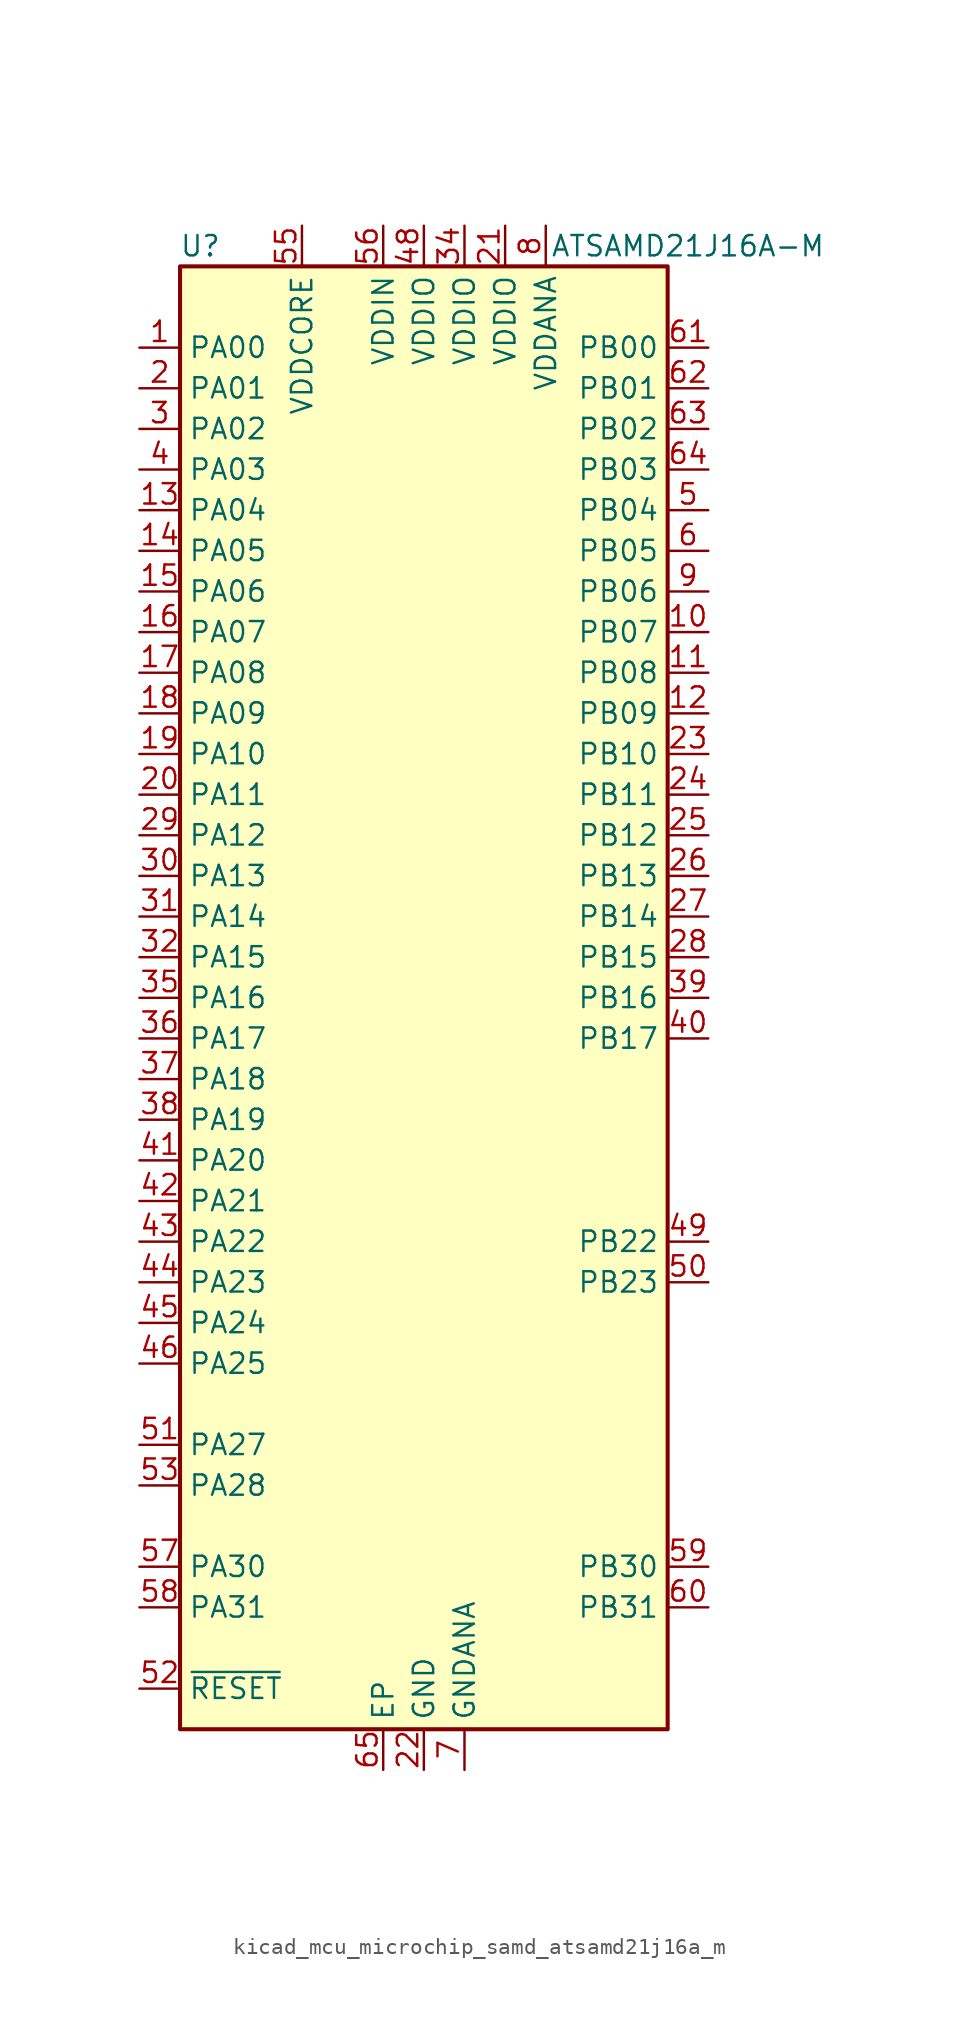
<source format=kicad_sym>
(kicad_symbol_lib
  (version 20220914)
  (generator kicad_symbol_editor)
  (symbol "kicad_mcu_microchip_samd_atsamd21j16a_m"
    (property "Reference" "U"
      (at -13.97 46.99 0)
      (effects (font (size 1.27 1.27))))
    (property "Value" "ATSAMD21J16A-M"
      (at 16.51 46.99 0)
      (effects (font (size 1.27 1.27))))
    (symbol "kicad_mcu_microchip_samd_atsamd21j16a_m_0_1"
      (rectangle (start -15.24 45.72) (end 15.24 -45.72) (stroke (width 0.254) (type default)) (fill (type background))))
    (symbol "kicad_mcu_microchip_samd_atsamd21j16a_m_1_1"
      (pin bidirectional line (at -17.78 40.64 0) (length 2.54) (name "PA00" (effects (font (size 1.27 1.27)))) (number "1" (effects (font (size 1.27 1.27)))))
      (pin bidirectional line (at 17.78 22.86 180) (length 2.54) (name "PB07" (effects (font (size 1.27 1.27)))) (number "10" (effects (font (size 1.27 1.27)))))
      (pin bidirectional line (at 17.78 20.32 180) (length 2.54) (name "PB08" (effects (font (size 1.27 1.27)))) (number "11" (effects (font (size 1.27 1.27)))))
      (pin bidirectional line (at 17.78 17.78 180) (length 2.54) (name "PB09" (effects (font (size 1.27 1.27)))) (number "12" (effects (font (size 1.27 1.27)))))
      (pin bidirectional line (at -17.78 30.48 0) (length 2.54) (name "PA04" (effects (font (size 1.27 1.27)))) (number "13" (effects (font (size 1.27 1.27)))))
      (pin bidirectional line (at -17.78 27.94 0) (length 2.54) (name "PA05" (effects (font (size 1.27 1.27)))) (number "14" (effects (font (size 1.27 1.27)))))
      (pin bidirectional line (at -17.78 25.4 0) (length 2.54) (name "PA06" (effects (font (size 1.27 1.27)))) (number "15" (effects (font (size 1.27 1.27)))))
      (pin bidirectional line (at -17.78 22.86 0) (length 2.54) (name "PA07" (effects (font (size 1.27 1.27)))) (number "16" (effects (font (size 1.27 1.27)))))
      (pin bidirectional line (at -17.78 20.32 0) (length 2.54) (name "PA08" (effects (font (size 1.27 1.27)))) (number "17" (effects (font (size 1.27 1.27)))))
      (pin bidirectional line (at -17.78 17.78 0) (length 2.54) (name "PA09" (effects (font (size 1.27 1.27)))) (number "18" (effects (font (size 1.27 1.27)))))
      (pin bidirectional line (at -17.78 15.24 0) (length 2.54) (name "PA10" (effects (font (size 1.27 1.27)))) (number "19" (effects (font (size 1.27 1.27)))))
      (pin bidirectional line (at -17.78 38.1 0) (length 2.54) (name "PA01" (effects (font (size 1.27 1.27)))) (number "2" (effects (font (size 1.27 1.27)))))
      (pin bidirectional line (at -17.78 12.7 0) (length 2.54) (name "PA11" (effects (font (size 1.27 1.27)))) (number "20" (effects (font (size 1.27 1.27)))))
      (pin power_in line (at 5.08 48.26 270) (length 2.54) (name "VDDIO" (effects (font (size 1.27 1.27)))) (number "21" (effects (font (size 1.27 1.27)))))
      (pin power_in line (at 0 -48.26 90) (length 2.54) (name "GND" (effects (font (size 1.27 1.27)))) (number "22" (effects (font (size 1.27 1.27)))))
      (pin bidirectional line (at 17.78 15.24 180) (length 2.54) (name "PB10" (effects (font (size 1.27 1.27)))) (number "23" (effects (font (size 1.27 1.27)))))
      (pin bidirectional line (at 17.78 12.7 180) (length 2.54) (name "PB11" (effects (font (size 1.27 1.27)))) (number "24" (effects (font (size 1.27 1.27)))))
      (pin bidirectional line (at 17.78 10.16 180) (length 2.54) (name "PB12" (effects (font (size 1.27 1.27)))) (number "25" (effects (font (size 1.27 1.27)))))
      (pin bidirectional line (at 17.78 7.62 180) (length 2.54) (name "PB13" (effects (font (size 1.27 1.27)))) (number "26" (effects (font (size 1.27 1.27)))))
      (pin bidirectional line (at 17.78 5.08 180) (length 2.54) (name "PB14" (effects (font (size 1.27 1.27)))) (number "27" (effects (font (size 1.27 1.27)))))
      (pin bidirectional line (at 17.78 2.54 180) (length 2.54) (name "PB15" (effects (font (size 1.27 1.27)))) (number "28" (effects (font (size 1.27 1.27)))))
      (pin bidirectional line (at -17.78 10.16 0) (length 2.54) (name "PA12" (effects (font (size 1.27 1.27)))) (number "29" (effects (font (size 1.27 1.27)))))
      (pin bidirectional line (at -17.78 35.56 0) (length 2.54) (name "PA02" (effects (font (size 1.27 1.27)))) (number "3" (effects (font (size 1.27 1.27)))))
      (pin bidirectional line (at -17.78 7.62 0) (length 2.54) (name "PA13" (effects (font (size 1.27 1.27)))) (number "30" (effects (font (size 1.27 1.27)))))
      (pin bidirectional line (at -17.78 5.08 0) (length 2.54) (name "PA14" (effects (font (size 1.27 1.27)))) (number "31" (effects (font (size 1.27 1.27)))))
      (pin bidirectional line (at -17.78 2.54 0) (length 2.54) (name "PA15" (effects (font (size 1.27 1.27)))) (number "32" (effects (font (size 1.27 1.27)))))
      (pin passive line (at 0 -48.26 90) (length 2.54) hide (name "GND" (effects (font (size 1.27 1.27)))) (number "33" (effects (font (size 1.27 1.27)))))
      (pin power_in line (at 2.54 48.26 270) (length 2.54) (name "VDDIO" (effects (font (size 1.27 1.27)))) (number "34" (effects (font (size 1.27 1.27)))))
      (pin bidirectional line (at -17.78 0 0) (length 2.54) (name "PA16" (effects (font (size 1.27 1.27)))) (number "35" (effects (font (size 1.27 1.27)))))
      (pin bidirectional line (at -17.78 -2.54 0) (length 2.54) (name "PA17" (effects (font (size 1.27 1.27)))) (number "36" (effects (font (size 1.27 1.27)))))
      (pin bidirectional line (at -17.78 -5.08 0) (length 2.54) (name "PA18" (effects (font (size 1.27 1.27)))) (number "37" (effects (font (size 1.27 1.27)))))
      (pin bidirectional line (at -17.78 -7.62 0) (length 2.54) (name "PA19" (effects (font (size 1.27 1.27)))) (number "38" (effects (font (size 1.27 1.27)))))
      (pin bidirectional line (at 17.78 0 180) (length 2.54) (name "PB16" (effects (font (size 1.27 1.27)))) (number "39" (effects (font (size 1.27 1.27)))))
      (pin bidirectional line (at -17.78 33.02 0) (length 2.54) (name "PA03" (effects (font (size 1.27 1.27)))) (number "4" (effects (font (size 1.27 1.27)))))
      (pin bidirectional line (at 17.78 -2.54 180) (length 2.54) (name "PB17" (effects (font (size 1.27 1.27)))) (number "40" (effects (font (size 1.27 1.27)))))
      (pin bidirectional line (at -17.78 -10.16 0) (length 2.54) (name "PA20" (effects (font (size 1.27 1.27)))) (number "41" (effects (font (size 1.27 1.27)))))
      (pin bidirectional line (at -17.78 -12.7 0) (length 2.54) (name "PA21" (effects (font (size 1.27 1.27)))) (number "42" (effects (font (size 1.27 1.27)))))
      (pin bidirectional line (at -17.78 -15.24 0) (length 2.54) (name "PA22" (effects (font (size 1.27 1.27)))) (number "43" (effects (font (size 1.27 1.27)))))
      (pin bidirectional line (at -17.78 -17.78 0) (length 2.54) (name "PA23" (effects (font (size 1.27 1.27)))) (number "44" (effects (font (size 1.27 1.27)))))
      (pin bidirectional line (at -17.78 -20.32 0) (length 2.54) (name "PA24" (effects (font (size 1.27 1.27)))) (number "45" (effects (font (size 1.27 1.27)))))
      (pin bidirectional line (at -17.78 -22.86 0) (length 2.54) (name "PA25" (effects (font (size 1.27 1.27)))) (number "46" (effects (font (size 1.27 1.27)))))
      (pin passive line (at 0 -48.26 90) (length 2.54) hide (name "GND" (effects (font (size 1.27 1.27)))) (number "47" (effects (font (size 1.27 1.27)))))
      (pin power_in line (at 0 48.26 270) (length 2.54) (name "VDDIO" (effects (font (size 1.27 1.27)))) (number "48" (effects (font (size 1.27 1.27)))))
      (pin bidirectional line (at 17.78 -15.24 180) (length 2.54) (name "PB22" (effects (font (size 1.27 1.27)))) (number "49" (effects (font (size 1.27 1.27)))))
      (pin bidirectional line (at 17.78 30.48 180) (length 2.54) (name "PB04" (effects (font (size 1.27 1.27)))) (number "5" (effects (font (size 1.27 1.27)))))
      (pin bidirectional line (at 17.78 -17.78 180) (length 2.54) (name "PB23" (effects (font (size 1.27 1.27)))) (number "50" (effects (font (size 1.27 1.27)))))
      (pin bidirectional line (at -17.78 -27.94 0) (length 2.54) (name "PA27" (effects (font (size 1.27 1.27)))) (number "51" (effects (font (size 1.27 1.27)))))
      (pin input line (at -17.78 -43.18 0) (length 2.54) (name "~{RESET}" (effects (font (size 1.27 1.27)))) (number "52" (effects (font (size 1.27 1.27)))))
      (pin bidirectional line (at -17.78 -30.48 0) (length 2.54) (name "PA28" (effects (font (size 1.27 1.27)))) (number "53" (effects (font (size 1.27 1.27)))))
      (pin passive line (at 0 -48.26 90) (length 2.54) hide (name "GND" (effects (font (size 1.27 1.27)))) (number "54" (effects (font (size 1.27 1.27)))))
      (pin power_out line (at -7.62 48.26 270) (length 2.54) (name "VDDCORE" (effects (font (size 1.27 1.27)))) (number "55" (effects (font (size 1.27 1.27)))))
      (pin power_in line (at -2.54 48.26 270) (length 2.54) (name "VDDIN" (effects (font (size 1.27 1.27)))) (number "56" (effects (font (size 1.27 1.27)))))
      (pin bidirectional line (at -17.78 -35.56 0) (length 2.54) (name "PA30" (effects (font (size 1.27 1.27)))) (number "57" (effects (font (size 1.27 1.27)))))
      (pin bidirectional line (at -17.78 -38.1 0) (length 2.54) (name "PA31" (effects (font (size 1.27 1.27)))) (number "58" (effects (font (size 1.27 1.27)))))
      (pin bidirectional line (at 17.78 -35.56 180) (length 2.54) (name "PB30" (effects (font (size 1.27 1.27)))) (number "59" (effects (font (size 1.27 1.27)))))
      (pin bidirectional line (at 17.78 27.94 180) (length 2.54) (name "PB05" (effects (font (size 1.27 1.27)))) (number "6" (effects (font (size 1.27 1.27)))))
      (pin bidirectional line (at 17.78 -38.1 180) (length 2.54) (name "PB31" (effects (font (size 1.27 1.27)))) (number "60" (effects (font (size 1.27 1.27)))))
      (pin bidirectional line (at 17.78 40.64 180) (length 2.54) (name "PB00" (effects (font (size 1.27 1.27)))) (number "61" (effects (font (size 1.27 1.27)))))
      (pin bidirectional line (at 17.78 38.1 180) (length 2.54) (name "PB01" (effects (font (size 1.27 1.27)))) (number "62" (effects (font (size 1.27 1.27)))))
      (pin bidirectional line (at 17.78 35.56 180) (length 2.54) (name "PB02" (effects (font (size 1.27 1.27)))) (number "63" (effects (font (size 1.27 1.27)))))
      (pin bidirectional line (at 17.78 33.02 180) (length 2.54) (name "PB03" (effects (font (size 1.27 1.27)))) (number "64" (effects (font (size 1.27 1.27)))))
      (pin passive line (at -2.54 -48.26 90) (length 2.54) (name "EP" (effects (font (size 1.27 1.27)))) (number "65" (effects (font (size 1.27 1.27)))))
      (pin power_in line (at 2.54 -48.26 90) (length 2.54) (name "GNDANA" (effects (font (size 1.27 1.27)))) (number "7" (effects (font (size 1.27 1.27)))))
      (pin power_in line (at 7.62 48.26 270) (length 2.54) (name "VDDANA" (effects (font (size 1.27 1.27)))) (number "8" (effects (font (size 1.27 1.27)))))
      (pin bidirectional line (at 17.78 25.4 180) (length 2.54) (name "PB06" (effects (font (size 1.27 1.27)))) (number "9" (effects (font (size 1.27 1.27))))))))
</source>
